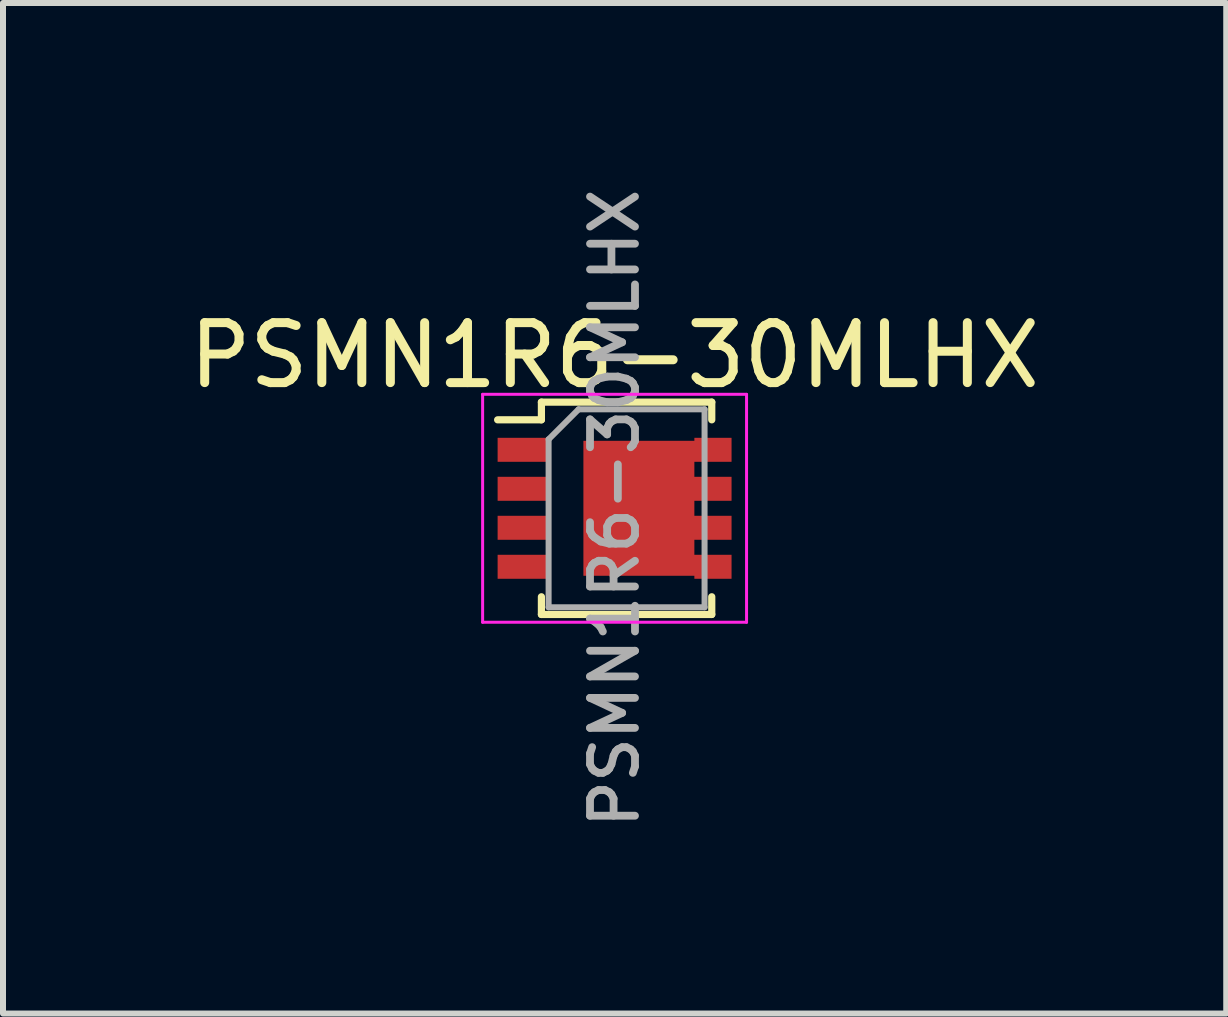
<source format=kicad_pcb>
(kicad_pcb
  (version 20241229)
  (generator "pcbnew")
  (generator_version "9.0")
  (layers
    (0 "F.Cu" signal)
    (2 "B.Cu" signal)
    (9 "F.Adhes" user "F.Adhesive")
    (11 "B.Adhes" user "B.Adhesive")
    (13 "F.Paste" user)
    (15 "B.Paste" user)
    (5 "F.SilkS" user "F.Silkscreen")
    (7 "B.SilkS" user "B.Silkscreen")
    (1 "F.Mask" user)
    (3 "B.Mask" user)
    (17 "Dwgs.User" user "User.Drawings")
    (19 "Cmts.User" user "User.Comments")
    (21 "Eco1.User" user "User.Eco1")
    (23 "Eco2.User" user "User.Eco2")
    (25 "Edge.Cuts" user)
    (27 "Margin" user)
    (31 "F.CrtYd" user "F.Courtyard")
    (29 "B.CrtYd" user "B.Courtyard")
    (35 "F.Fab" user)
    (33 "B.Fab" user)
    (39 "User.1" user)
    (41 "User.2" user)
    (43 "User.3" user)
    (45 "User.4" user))
  (footprint "PSMN1R6-30MLHX"
    (layer "F.Cu")
    (at 7.196 5.424)
    (property "Reference" "PSMN1R6-30MLHX" (at 0 -2.55 0) (layer "F.SilkS") (effects (font (size 1 1) (thickness 0.15))))
    (attr smd)
    (fp_line (start -1.95 -1.475) (end -1.22 -1.475) (stroke (width 0.12) (type solid)) (layer "F.SilkS"))
    (fp_line (start -1.22 -1.77) (end -1.22 -1.475) (stroke (width 0.12) (type solid)) (layer "F.SilkS"))
    (fp_line (start -1.22 1.475) (end -1.22 1.77) (stroke (width 0.12) (type solid)) (layer "F.SilkS"))
    (fp_line (start -1.22 1.77) (end 1.62 1.77) (stroke (width 0.12) (type solid)) (layer "F.SilkS"))
    (fp_line (start 1.62 -1.77) (end -1.22 -1.77) (stroke (width 0.12) (type solid)) (layer "F.SilkS"))
    (fp_line (start 1.62 -1.475) (end 1.62 -1.77) (stroke (width 0.12) (type solid)) (layer "F.SilkS"))
    (fp_line (start 1.62 1.77) (end 1.62 1.475) (stroke (width 0.12) (type solid)) (layer "F.SilkS"))
    (fp_line (start -2.2 -1.9) (end 2.2 -1.9) (stroke (width 0.05) (type solid)) (layer "F.CrtYd"))
    (fp_line (start -2.2 1.9) (end -2.2 -1.9) (stroke (width 0.05) (type solid)) (layer "F.CrtYd"))
    (fp_line (start -2.2 1.9) (end 2.2 1.9) (stroke (width 0.05) (type solid)) (layer "F.CrtYd"))
    (fp_line (start 2.2 -1.9) (end 2.2 1.9) (stroke (width 0.05) (type solid)) (layer "F.CrtYd"))
    (fp_line (start -1.1 -1.15) (end -1.1 1.65) (stroke (width 0.1) (type solid)) (layer "F.Fab"))
    (fp_line (start -1.1 1.65) (end 1.5 1.65) (stroke (width 0.1) (type solid)) (layer "F.Fab"))
    (fp_line (start -0.6 -1.65) (end -1.1 -1.15) (stroke (width 0.1) (type solid)) (layer "F.Fab"))
    (fp_line (start -0.6 -1.65) (end 1.5 -1.65) (stroke (width 0.1) (type solid)) (layer "F.Fab"))
    (fp_line (start 1.5 1.65) (end 1.5 -1.65) (stroke (width 0.1) (type solid)) (layer "F.Fab"))
    (fp_text user "${REFERENCE}" (at 0 0 90) (layer "F.Fab") (effects (font (size 0.75 0.75) (thickness 0.13))))
    (pad "" smd rect (at -1.535 -0.975) (size 0.83 0.3) (layers "F.Paste"))
    (pad "" smd rect (at -1.535 -0.325) (size 0.83 0.3) (layers "F.Paste"))
    (pad "" smd rect (at -1.535 0.325) (size 0.83 0.3) (layers "F.Paste"))
    (pad "" smd rect (at -1.535 0.975) (size 0.83 0.3) (layers "F.Paste"))
    (pad "" smd rect (at -0.215 -0.626) (size 0.51 0.635) (layers "F.Paste"))
    (pad "" smd rect (at -0.215 0.626) (size 0.51 0.635) (layers "F.Paste"))
    (pad "" smd rect (at 0.645 -0.626) (size 0.51 0.635) (layers "F.Paste"))
    (pad "" smd rect (at 0.645 0.626) (size 0.51 0.635) (layers "F.Paste"))
    (pad "" smd rect (at 1.575 -0.975) (size 0.75 0.3) (layers "F.Paste"))
    (pad "" smd rect (at 1.575 -0.325) (size 0.75 0.3) (layers "F.Paste"))
    (pad "" smd rect (at 1.575 0.325) (size 0.75 0.3) (layers "F.Paste"))
    (pad "" smd rect (at 1.575 0.975) (size 0.75 0.3) (layers "F.Paste"))
    (pad "1" smd custom (at 0.405 0) (size 1.85 2.25) (layers "F.Cu" "F.Mask") (options (anchor rect)) (primitives (gr_poly (pts (xy 1.545 -0.775) (xy 0.925 -0.775) (xy 0.925 -1.175) (xy 1.545 -1.175)) (width 0) (fill yes)) (gr_poly (pts (xy 1.545 -0.125) (xy 0.925 -0.125) (xy 0.925 -0.525) (xy 1.545 -0.525)) (width 0) (fill yes)) (gr_poly (pts (xy 1.545 0.525) (xy 0.925 0.525) (xy 0.925 0.125) (xy 1.545 0.125)) (width 0) (fill yes)) (gr_poly (pts (xy 1.545 1.175) (xy 0.925 1.175) (xy 0.925 0.775) (xy 1.545 0.775)) (width 0) (fill yes))))
    (pad "2" smd rect (at -1.535 0.975) (size 0.83 0.4) (layers "F.Cu" "F.Mask"))
    (pad "3" smd rect (at -1.535 -0.975) (size 0.83 0.4) (layers "F.Cu" "F.Mask"))
    (pad "3" smd rect (at -1.535 -0.325) (size 0.83 0.4) (layers "F.Cu" "F.Mask"))
    (pad "3" smd rect (at -1.535 0.325) (size 0.83 0.4) (layers "F.Cu" "F.Mask")))
  (gr_rect
    (start -3 -3)
    (end 17.393 13.847)
    (stroke (width 0.1) (type default))
    (fill no)
    (layer "Edge.Cuts")))
</source>
